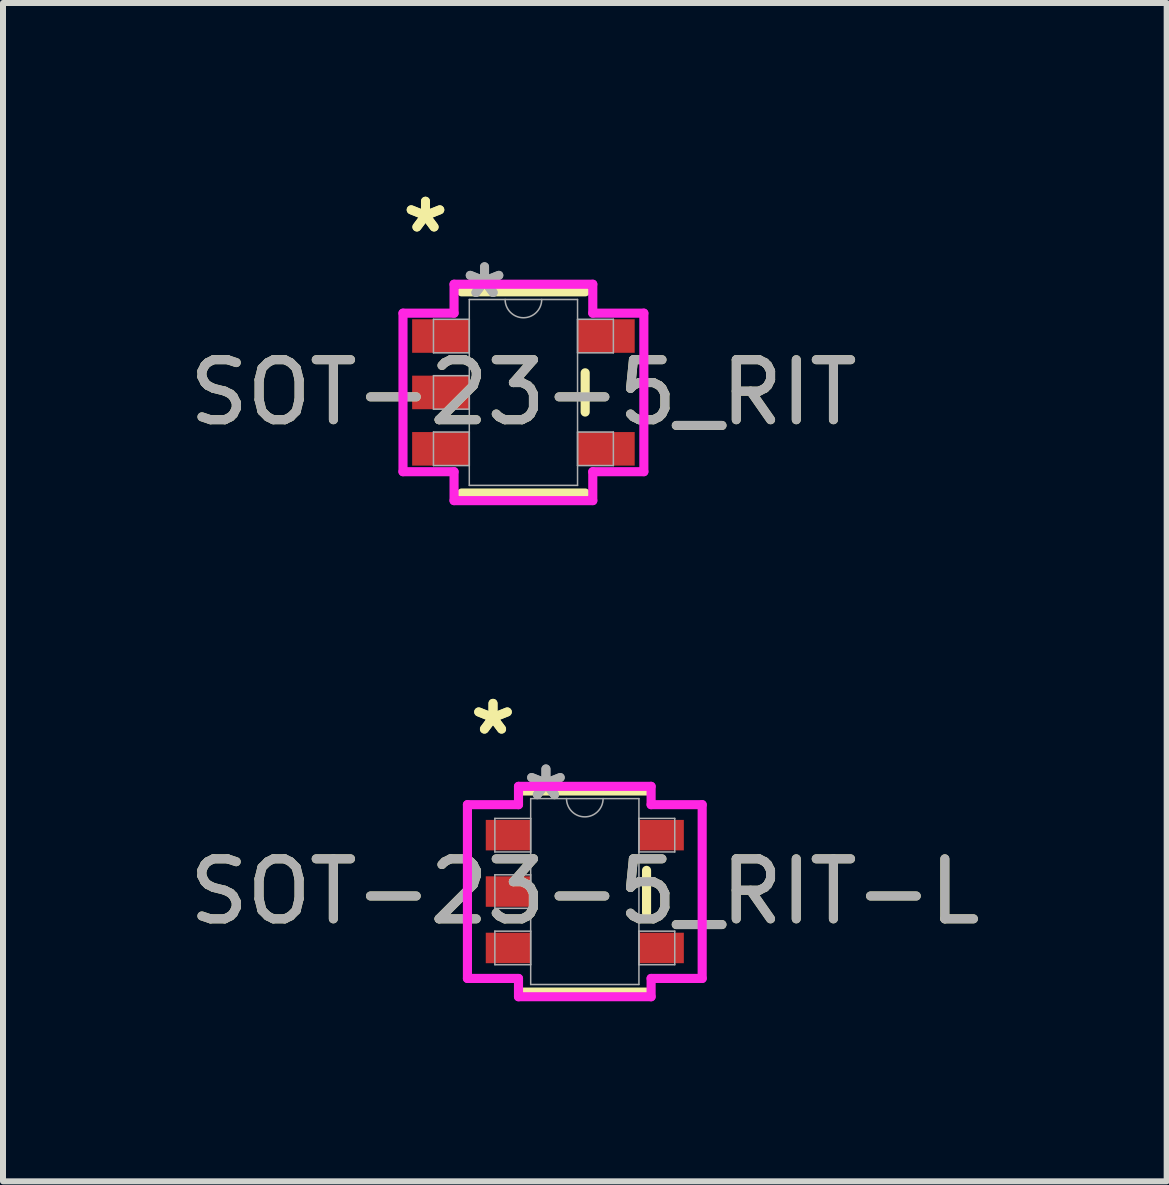
<source format=kicad_pcb>
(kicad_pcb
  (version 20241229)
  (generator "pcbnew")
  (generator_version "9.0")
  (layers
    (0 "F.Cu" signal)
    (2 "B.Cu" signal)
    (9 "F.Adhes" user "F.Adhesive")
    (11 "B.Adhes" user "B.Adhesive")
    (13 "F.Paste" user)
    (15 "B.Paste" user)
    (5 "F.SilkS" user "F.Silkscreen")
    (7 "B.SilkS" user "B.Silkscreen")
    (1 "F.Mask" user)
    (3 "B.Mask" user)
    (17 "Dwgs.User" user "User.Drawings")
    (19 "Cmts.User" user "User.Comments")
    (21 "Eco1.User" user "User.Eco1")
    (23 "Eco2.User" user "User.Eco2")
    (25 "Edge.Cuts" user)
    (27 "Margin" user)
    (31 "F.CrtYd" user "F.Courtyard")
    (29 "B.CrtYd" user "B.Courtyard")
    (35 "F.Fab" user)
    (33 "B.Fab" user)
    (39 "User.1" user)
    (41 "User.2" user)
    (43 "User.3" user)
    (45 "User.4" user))
  (footprint "SOT-23-5_RIT-L"
    (layer "F.Cu")
    (at 6.696 11.808)
    (property "Reference" "SOT-23-5_RIT-L" (at 0 0 0) (unlocked yes) (layer "F.SilkS") (effects (font (size 1 1) (thickness 0.15))))
    (attr smd)
    (fp_line (start -1.029 1.676) (end 1.029 1.676) (stroke (width 0.152) (type solid)) (layer "F.SilkS"))
    (fp_line (start 1.029 -1.676) (end -1.029 -1.676) (stroke (width 0.152) (type solid)) (layer "F.SilkS"))
    (fp_line (start 1.029 0.353) (end 1.029 -0.353) (stroke (width 0.152) (type solid)) (layer "F.SilkS"))
    (fp_line (start -1.956 -1.448) (end -1.105 -1.448) (stroke (width 0.152) (type solid)) (layer "F.CrtYd"))
    (fp_line (start -1.956 1.448) (end -1.956 -1.448) (stroke (width 0.152) (type solid)) (layer "F.CrtYd"))
    (fp_line (start -1.105 -1.753) (end 1.105 -1.753) (stroke (width 0.152) (type solid)) (layer "F.CrtYd"))
    (fp_line (start -1.105 -1.448) (end -1.105 -1.753) (stroke (width 0.152) (type solid)) (layer "F.CrtYd"))
    (fp_line (start -1.105 1.448) (end -1.956 1.448) (stroke (width 0.152) (type solid)) (layer "F.CrtYd"))
    (fp_line (start -1.105 1.753) (end -1.105 1.448) (stroke (width 0.152) (type solid)) (layer "F.CrtYd"))
    (fp_line (start 1.105 -1.753) (end 1.105 -1.448) (stroke (width 0.152) (type solid)) (layer "F.CrtYd"))
    (fp_line (start 1.105 -1.448) (end 1.956 -1.448) (stroke (width 0.152) (type solid)) (layer "F.CrtYd"))
    (fp_line (start 1.105 1.448) (end 1.105 1.753) (stroke (width 0.152) (type solid)) (layer "F.CrtYd"))
    (fp_line (start 1.105 1.753) (end -1.105 1.753) (stroke (width 0.152) (type solid)) (layer "F.CrtYd"))
    (fp_line (start 1.956 -1.448) (end 1.956 1.448) (stroke (width 0.152) (type solid)) (layer "F.CrtYd"))
    (fp_line (start 1.956 1.448) (end 1.105 1.448) (stroke (width 0.152) (type solid)) (layer "F.CrtYd"))
    (fp_line (start -1.499 -1.219) (end -1.499 -0.66) (stroke (width 0.025) (type solid)) (layer "F.Fab"))
    (fp_line (start -1.499 -0.66) (end -0.902 -0.66) (stroke (width 0.025) (type solid)) (layer "F.Fab"))
    (fp_line (start -1.499 -0.279) (end -1.499 0.279) (stroke (width 0.025) (type solid)) (layer "F.Fab"))
    (fp_line (start -1.499 0.279) (end -0.902 0.279) (stroke (width 0.025) (type solid)) (layer "F.Fab"))
    (fp_line (start -1.499 0.66) (end -1.499 1.219) (stroke (width 0.025) (type solid)) (layer "F.Fab"))
    (fp_line (start -1.499 1.219) (end -0.902 1.219) (stroke (width 0.025) (type solid)) (layer "F.Fab"))
    (fp_line (start -0.902 -1.549) (end -0.902 1.549) (stroke (width 0.025) (type solid)) (layer "F.Fab"))
    (fp_line (start -0.902 -1.219) (end -1.499 -1.219) (stroke (width 0.025) (type solid)) (layer "F.Fab"))
    (fp_line (start -0.902 -0.66) (end -0.902 -1.219) (stroke (width 0.025) (type solid)) (layer "F.Fab"))
    (fp_line (start -0.902 -0.279) (end -1.499 -0.279) (stroke (width 0.025) (type solid)) (layer "F.Fab"))
    (fp_line (start -0.902 0.279) (end -0.902 -0.279) (stroke (width 0.025) (type solid)) (layer "F.Fab"))
    (fp_line (start -0.902 0.66) (end -1.499 0.66) (stroke (width 0.025) (type solid)) (layer "F.Fab"))
    (fp_line (start -0.902 1.219) (end -0.902 0.66) (stroke (width 0.025) (type solid)) (layer "F.Fab"))
    (fp_line (start -0.902 1.549) (end 0.902 1.549) (stroke (width 0.025) (type solid)) (layer "F.Fab"))
    (fp_line (start 0.902 -1.549) (end -0.902 -1.549) (stroke (width 0.025) (type solid)) (layer "F.Fab"))
    (fp_line (start 0.902 -1.219) (end 0.902 -0.66) (stroke (width 0.025) (type solid)) (layer "F.Fab"))
    (fp_line (start 0.902 -0.66) (end 1.499 -0.66) (stroke (width 0.025) (type solid)) (layer "F.Fab"))
    (fp_line (start 0.902 0.66) (end 0.902 1.219) (stroke (width 0.025) (type solid)) (layer "F.Fab"))
    (fp_line (start 0.902 1.219) (end 1.499 1.219) (stroke (width 0.025) (type solid)) (layer "F.Fab"))
    (fp_line (start 0.902 1.549) (end 0.902 -1.549) (stroke (width 0.025) (type solid)) (layer "F.Fab"))
    (fp_line (start 1.499 -1.219) (end 0.902 -1.219) (stroke (width 0.025) (type solid)) (layer "F.Fab"))
    (fp_line (start 1.499 -0.66) (end 1.499 -1.219) (stroke (width 0.025) (type solid)) (layer "F.Fab"))
    (fp_line (start 1.499 0.66) (end 0.902 0.66) (stroke (width 0.025) (type solid)) (layer "F.Fab"))
    (fp_line (start 1.499 1.219) (end 1.499 0.66) (stroke (width 0.025) (type solid)) (layer "F.Fab"))
    (fp_arc (start 0.3048 -1.5494) (mid 0 -1.2446) (end -0.3048 -1.5494) (stroke (width 0.0254) (type solid)) (layer "F.Fab"))
    (fp_text user "*" (at -1.53 -2.591 0) (layer "F.SilkS") (effects (font (size 1 1) (thickness 0.15))))
    (fp_text user "*" (at -1.53 -2.591 0) (unlocked yes) (layer "F.SilkS") (effects (font (size 1 1) (thickness 0.15))))
    (fp_text user "*" (at -0.648 -1.498 0) (layer "F.Fab") (effects (font (size 1 1) (thickness 0.15))))
    (fp_text user "${REFERENCE}" (at 0 0 0) (unlocked yes) (layer "F.Fab") (effects (font (size 1 1) (thickness 0.15))))
    (fp_text user "*" (at -0.648 -1.498 0) (unlocked yes) (layer "F.Fab") (effects (font (size 1 1) (thickness 0.15))))
    (pad "1" smd rect (at -1.276 -0.94) (size 0.749 0.508) (layers "F.Cu" "F.Mask" "F.Paste"))
    (pad "2" smd rect (at -1.276 0) (size 0.749 0.508) (layers "F.Cu" "F.Mask" "F.Paste"))
    (pad "3" smd rect (at -1.276 0.94) (size 0.749 0.508) (layers "F.Cu" "F.Mask" "F.Paste"))
    (pad "4" smd rect (at 1.276 0.94) (size 0.749 0.508) (layers "F.Cu" "F.Mask" "F.Paste"))
    (pad "5" smd rect (at 1.276 -0.94) (size 0.749 0.508) (layers "F.Cu" "F.Mask" "F.Paste")))
  (footprint "SOT-23-5_RIT"
    (layer "F.Cu")
    (at 5.673 3.49)
    (property "Reference" "SOT-23-5_RIT" (at 0 0 0) (unlocked yes) (layer "F.SilkS") (effects (font (size 1 1) (thickness 0.15))))
    (attr smd)
    (fp_line (start -1.029 1.676) (end 1.029 1.676) (stroke (width 0.152) (type solid)) (layer "F.SilkS"))
    (fp_line (start 1.029 -1.676) (end -1.029 -1.676) (stroke (width 0.152) (type solid)) (layer "F.SilkS"))
    (fp_line (start 1.029 0.327) (end 1.029 -0.327) (stroke (width 0.152) (type solid)) (layer "F.SilkS"))
    (fp_line (start -2.007 -1.321) (end -1.156 -1.321) (stroke (width 0.152) (type solid)) (layer "F.CrtYd"))
    (fp_line (start -2.007 1.321) (end -2.007 -1.321) (stroke (width 0.152) (type solid)) (layer "F.CrtYd"))
    (fp_line (start -1.156 -1.803) (end 1.156 -1.803) (stroke (width 0.152) (type solid)) (layer "F.CrtYd"))
    (fp_line (start -1.156 -1.321) (end -1.156 -1.803) (stroke (width 0.152) (type solid)) (layer "F.CrtYd"))
    (fp_line (start -1.156 1.321) (end -2.007 1.321) (stroke (width 0.152) (type solid)) (layer "F.CrtYd"))
    (fp_line (start -1.156 1.803) (end -1.156 1.321) (stroke (width 0.152) (type solid)) (layer "F.CrtYd"))
    (fp_line (start 1.156 -1.803) (end 1.156 -1.321) (stroke (width 0.152) (type solid)) (layer "F.CrtYd"))
    (fp_line (start 1.156 -1.321) (end 2.007 -1.321) (stroke (width 0.152) (type solid)) (layer "F.CrtYd"))
    (fp_line (start 1.156 1.321) (end 1.156 1.803) (stroke (width 0.152) (type solid)) (layer "F.CrtYd"))
    (fp_line (start 1.156 1.803) (end -1.156 1.803) (stroke (width 0.152) (type solid)) (layer "F.CrtYd"))
    (fp_line (start 2.007 -1.321) (end 2.007 1.321) (stroke (width 0.152) (type solid)) (layer "F.CrtYd"))
    (fp_line (start 2.007 1.321) (end 1.156 1.321) (stroke (width 0.152) (type solid)) (layer "F.CrtYd"))
    (fp_line (start -1.499 -1.219) (end -1.499 -0.66) (stroke (width 0.025) (type solid)) (layer "F.Fab"))
    (fp_line (start -1.499 -0.66) (end -0.902 -0.66) (stroke (width 0.025) (type solid)) (layer "F.Fab"))
    (fp_line (start -1.499 -0.279) (end -1.499 0.279) (stroke (width 0.025) (type solid)) (layer "F.Fab"))
    (fp_line (start -1.499 0.279) (end -0.902 0.279) (stroke (width 0.025) (type solid)) (layer "F.Fab"))
    (fp_line (start -1.499 0.66) (end -1.499 1.219) (stroke (width 0.025) (type solid)) (layer "F.Fab"))
    (fp_line (start -1.499 1.219) (end -0.902 1.219) (stroke (width 0.025) (type solid)) (layer "F.Fab"))
    (fp_line (start -0.902 -1.549) (end -0.902 1.549) (stroke (width 0.025) (type solid)) (layer "F.Fab"))
    (fp_line (start -0.902 -1.219) (end -1.499 -1.219) (stroke (width 0.025) (type solid)) (layer "F.Fab"))
    (fp_line (start -0.902 -0.66) (end -0.902 -1.219) (stroke (width 0.025) (type solid)) (layer "F.Fab"))
    (fp_line (start -0.902 -0.279) (end -1.499 -0.279) (stroke (width 0.025) (type solid)) (layer "F.Fab"))
    (fp_line (start -0.902 0.279) (end -0.902 -0.279) (stroke (width 0.025) (type solid)) (layer "F.Fab"))
    (fp_line (start -0.902 0.66) (end -1.499 0.66) (stroke (width 0.025) (type solid)) (layer "F.Fab"))
    (fp_line (start -0.902 1.219) (end -0.902 0.66) (stroke (width 0.025) (type solid)) (layer "F.Fab"))
    (fp_line (start -0.902 1.549) (end 0.902 1.549) (stroke (width 0.025) (type solid)) (layer "F.Fab"))
    (fp_line (start 0.902 -1.549) (end -0.902 -1.549) (stroke (width 0.025) (type solid)) (layer "F.Fab"))
    (fp_line (start 0.902 -1.219) (end 0.902 -0.66) (stroke (width 0.025) (type solid)) (layer "F.Fab"))
    (fp_line (start 0.902 -0.66) (end 1.499 -0.66) (stroke (width 0.025) (type solid)) (layer "F.Fab"))
    (fp_line (start 0.902 0.66) (end 0.902 1.219) (stroke (width 0.025) (type solid)) (layer "F.Fab"))
    (fp_line (start 0.902 1.219) (end 1.499 1.219) (stroke (width 0.025) (type solid)) (layer "F.Fab"))
    (fp_line (start 0.902 1.549) (end 0.902 -1.549) (stroke (width 0.025) (type solid)) (layer "F.Fab"))
    (fp_line (start 1.499 -1.219) (end 0.902 -1.219) (stroke (width 0.025) (type solid)) (layer "F.Fab"))
    (fp_line (start 1.499 -0.66) (end 1.499 -1.219) (stroke (width 0.025) (type solid)) (layer "F.Fab"))
    (fp_line (start 1.499 0.66) (end 0.902 0.66) (stroke (width 0.025) (type solid)) (layer "F.Fab"))
    (fp_line (start 1.499 1.219) (end 1.499 0.66) (stroke (width 0.025) (type solid)) (layer "F.Fab"))
    (fp_arc (start 0.3048 -1.5494) (mid 0 -1.2446) (end -0.3048 -1.5494) (stroke (width 0.0254) (type solid)) (layer "F.Fab"))
    (fp_text user "*" (at -1.632 -2.641 0) (layer "F.SilkS") (effects (font (size 1 1) (thickness 0.15))))
    (fp_text user "*" (at -1.632 -2.641 0) (unlocked yes) (layer "F.SilkS") (effects (font (size 1 1) (thickness 0.15))))
    (fp_text user "*" (at -0.648 -1.549 0) (unlocked yes) (layer "F.Fab") (effects (font (size 1 1) (thickness 0.15))))
    (fp_text user "${REFERENCE}" (at 0 0 0) (unlocked yes) (layer "F.Fab") (effects (font (size 1 1) (thickness 0.15))))
    (fp_text user "*" (at -0.648 -1.549 0) (layer "F.Fab") (effects (font (size 1 1) (thickness 0.15))))
    (pad "1" smd rect (at -1.378 -0.94) (size 0.953 0.559) (layers "F.Cu" "F.Mask" "F.Paste"))
    (pad "2" smd rect (at -1.378 0) (size 0.953 0.559) (layers "F.Cu" "F.Mask" "F.Paste"))
    (pad "3" smd rect (at -1.378 0.94) (size 0.953 0.559) (layers "F.Cu" "F.Mask" "F.Paste"))
    (pad "4" smd rect (at 1.378 0.94) (size 0.953 0.559) (layers "F.Cu" "F.Mask" "F.Paste"))
    (pad "5" smd rect (at 1.378 -0.94) (size 0.953 0.559) (layers "F.Cu" "F.Mask" "F.Paste")))
  (gr_rect
    (start -3 -3)
    (end 16.393 16.637)
    (stroke (width 0.1) (type default))
    (fill no)
    (layer "Edge.Cuts")))
</source>
